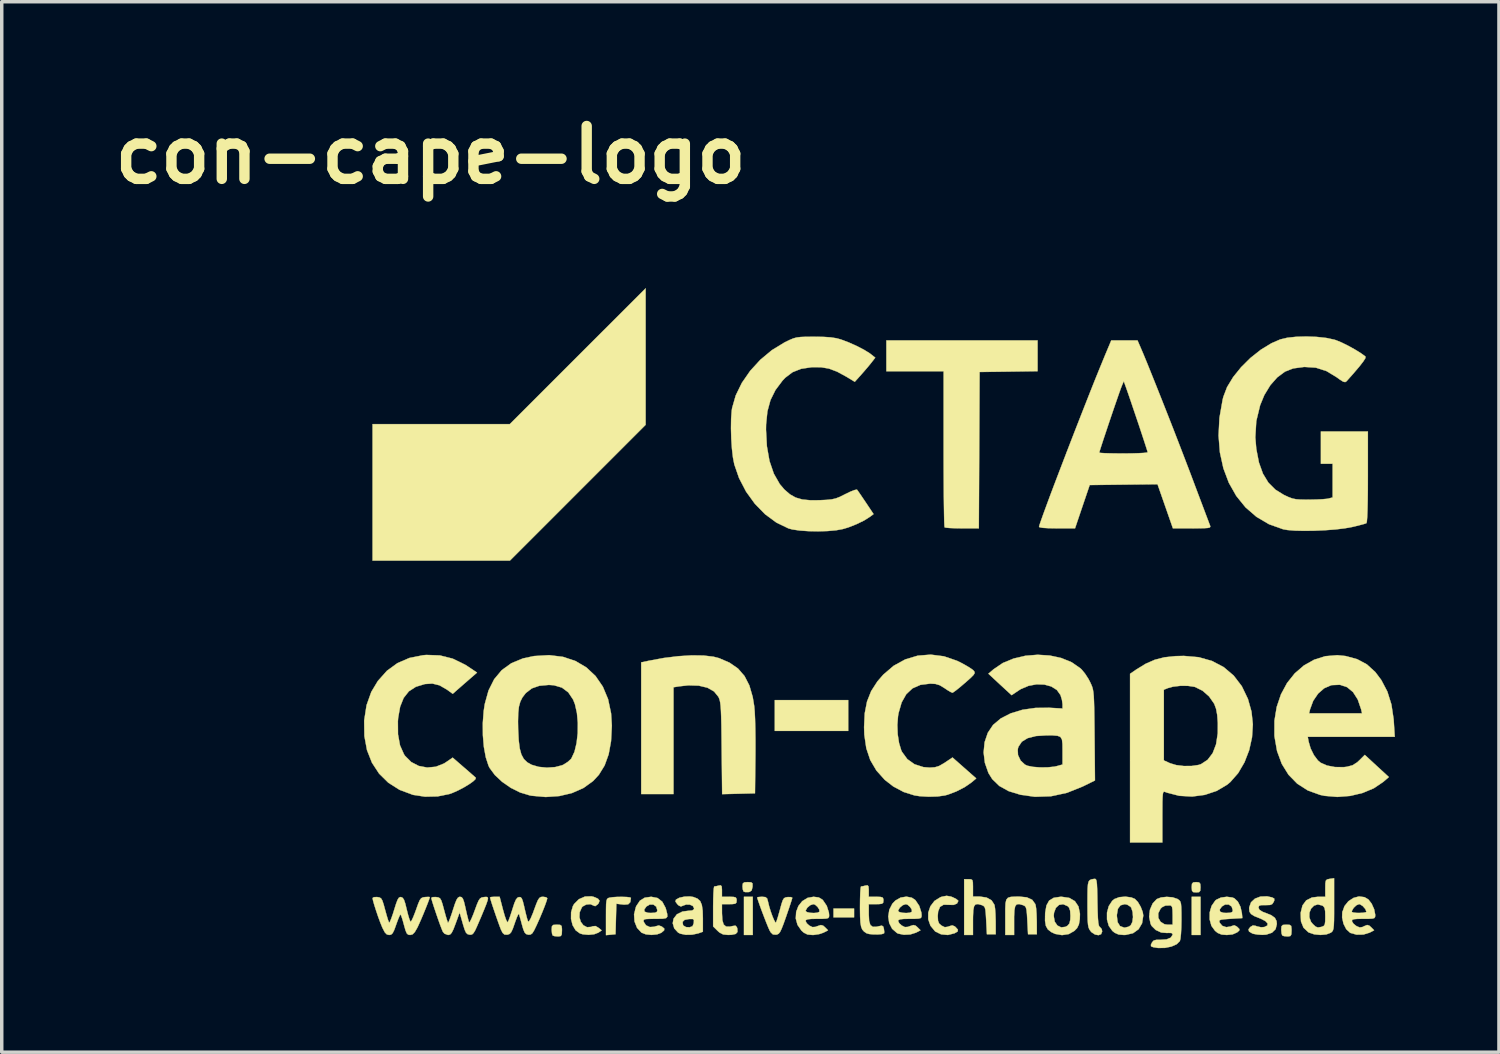
<source format=kicad_pcb>
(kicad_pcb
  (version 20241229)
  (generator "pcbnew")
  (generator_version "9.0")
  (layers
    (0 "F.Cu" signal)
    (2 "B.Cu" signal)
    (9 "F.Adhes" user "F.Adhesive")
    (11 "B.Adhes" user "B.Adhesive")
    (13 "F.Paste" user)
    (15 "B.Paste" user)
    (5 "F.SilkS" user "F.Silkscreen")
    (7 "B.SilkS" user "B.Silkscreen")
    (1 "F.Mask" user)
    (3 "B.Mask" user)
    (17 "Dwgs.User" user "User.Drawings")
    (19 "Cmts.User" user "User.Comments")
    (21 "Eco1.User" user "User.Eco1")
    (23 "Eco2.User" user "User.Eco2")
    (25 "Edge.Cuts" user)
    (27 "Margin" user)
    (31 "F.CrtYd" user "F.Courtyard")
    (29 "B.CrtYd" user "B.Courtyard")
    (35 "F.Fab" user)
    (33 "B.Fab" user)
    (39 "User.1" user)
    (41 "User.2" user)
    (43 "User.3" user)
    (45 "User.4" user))
  (footprint "con-cape-logo"
    (layer "F.Cu")
    (at 22.299 14.768)
    (property "Reference" "con-cape-logo" (at -12.93 -13.35 0) (layer "F.SilkS") (effects (font (size 1.524 1.524) (thickness 0.3))))
    (attr through_hole)
    (fp_poly (pts (xy -3.641 9.144) (xy -3.895 9.144) (xy -3.895 8.043) (xy -3.641 8.043) (xy -3.641 9.144)) (stroke (width 0.01) (type solid)) (fill yes) (layer "F.SilkS"))
    (fp_poly (pts (xy -0.889 3.26) (xy -3.006 3.26) (xy -3.006 2.371) (xy -0.889 2.371) (xy -0.889 3.26)) (stroke (width 0.01) (type solid)) (fill yes) (layer "F.SilkS"))
    (fp_poly (pts (xy -0.72 8.636) (xy -1.312 8.636) (xy -1.312 8.382) (xy -0.72 8.382) (xy -0.72 8.636)) (stroke (width 0.01) (type solid)) (fill yes) (layer "F.SilkS"))
    (fp_poly (pts (xy 9.271 9.144) (xy 9.017 9.144) (xy 9.017 8.043) (xy 9.271 8.043) (xy 9.271 9.144)) (stroke (width 0.01) (type solid)) (fill yes) (layer "F.SilkS"))
    (fp_poly (pts (xy -6.731 -7.535) (xy -6.731 -5.567) (xy -10.646 -1.651) (xy -14.605 -1.651) (xy -14.605 -5.588) (xy -10.647 -5.588) (xy -8.689 -7.546) (xy -6.731 -9.503) (xy -6.731 -7.535)) (stroke (width 0.01) (type solid)) (fill yes) (layer "F.SilkS"))
    (fp_poly (pts (xy 9.229 7.628) (xy 9.264 7.67) (xy 9.271 7.768) (xy 9.264 7.868) (xy 9.228 7.909) (xy 9.144 7.916) (xy 9.059 7.908) (xy 9.024 7.866) (xy 9.017 7.768) (xy 9.024 7.669) (xy 9.06 7.628) (xy 9.144 7.62) (xy 9.229 7.628)) (stroke (width 0.01) (type solid)) (fill yes) (layer "F.SilkS"))
    (fp_poly (pts (xy -3.686 7.626) (xy -3.648 7.658) (xy -3.647 7.741) (xy -3.649 7.758) (xy -3.672 7.857) (xy -3.728 7.9) (xy -3.769 7.908) (xy -3.862 7.907) (xy -3.907 7.89) (xy -3.929 7.829) (xy -3.937 7.74) (xy -3.928 7.66) (xy -3.885 7.626) (xy -3.786 7.62) (xy -3.686 7.626)) (stroke (width 0.01) (type solid)) (fill yes) (layer "F.SilkS"))
    (fp_poly (pts (xy -9.197 8.853) (xy -9.155 8.884) (xy -9.144 8.967) (xy -9.144 9.017) (xy -9.149 9.126) (xy -9.176 9.174) (xy -9.242 9.186) (xy -9.264 9.186) (xy -9.361 9.177) (xy -9.412 9.158) (xy -9.431 9.1) (xy -9.44 8.997) (xy -9.44 8.989) (xy -9.433 8.894) (xy -9.395 8.855) (xy -9.299 8.848) (xy -9.292 8.848) (xy -9.197 8.853)) (stroke (width 0.01) (type solid)) (fill yes) (layer "F.SilkS"))
    (fp_poly (pts (xy 11.842 8.853) (xy 11.885 8.884) (xy 11.895 8.967) (xy 11.896 9.017) (xy 11.89 9.126) (xy 11.863 9.174) (xy 11.797 9.186) (xy 11.776 9.186) (xy 11.679 9.177) (xy 11.628 9.158) (xy 11.608 9.1) (xy 11.599 8.997) (xy 11.599 8.989) (xy 11.606 8.894) (xy 11.645 8.855) (xy 11.74 8.848) (xy 11.748 8.848) (xy 11.842 8.853)) (stroke (width 0.01) (type solid)) (fill yes) (layer "F.SilkS"))
    (fp_poly (pts (xy -7.278 8.049) (xy -7.185 8.06) (xy -7.155 8.075) (xy -7.173 8.198) (xy -7.233 8.259) (xy -7.35 8.269) (xy -7.389 8.265) (xy -7.575 8.244) (xy -7.587 8.684) (xy -7.599 9.123) (xy -7.736 9.136) (xy -7.874 9.149) (xy -7.874 8.622) (xy -7.873 8.403) (xy -7.87 8.254) (xy -7.86 8.161) (xy -7.843 8.109) (xy -7.815 8.083) (xy -7.779 8.07) (xy -7.683 8.055) (xy -7.551 8.046) (xy -7.408 8.045) (xy -7.278 8.049)) (stroke (width 0.01) (type solid)) (fill yes) (layer "F.SilkS"))
    (fp_poly (pts (xy 4.572 -7.114) (xy 3.736 -7.102) (xy 2.9 -7.091) (xy 2.889 -4.837) (xy 2.878 -2.582) (xy 2.399 -2.582) (xy 2.205 -2.585) (xy 2.044 -2.591) (xy 1.933 -2.601) (xy 1.891 -2.611) (xy 1.886 -2.657) (xy 1.88 -2.78) (xy 1.876 -2.972) (xy 1.872 -3.225) (xy 1.868 -3.531) (xy 1.866 -3.882) (xy 1.864 -4.27) (xy 1.863 -4.687) (xy 1.863 -4.875) (xy 1.863 -7.112) (xy 0.212 -7.112) (xy 0.212 -8.001) (xy 4.572 -8.001) (xy 4.572 -7.114)) (stroke (width 0.01) (type solid)) (fill yes) (layer "F.SilkS"))
    (fp_poly (pts (xy 4.261 8.059) (xy 4.416 8.129) (xy 4.504 8.25) (xy 4.516 8.287) (xy 4.531 8.383) (xy 4.542 8.535) (xy 4.548 8.715) (xy 4.549 8.763) (xy 4.551 9.123) (xy 4.297 9.123) (xy 4.276 8.722) (xy 4.265 8.535) (xy 4.252 8.415) (xy 4.232 8.345) (xy 4.201 8.307) (xy 4.151 8.284) (xy 4.143 8.281) (xy 4.04 8.253) (xy 3.97 8.262) (xy 3.926 8.317) (xy 3.904 8.431) (xy 3.895 8.614) (xy 3.895 8.719) (xy 3.895 9.144) (xy 3.641 9.144) (xy 3.641 8.618) (xy 3.641 8.387) (xy 3.648 8.228) (xy 3.671 8.127) (xy 3.719 8.071) (xy 3.802 8.046) (xy 3.927 8.039) (xy 4.039 8.037) (xy 4.261 8.059)) (stroke (width 0.01) (type solid)) (fill yes) (layer "F.SilkS"))
    (fp_poly (pts (xy 2.653 7.539) (xy 2.691 7.562) (xy 2.706 7.626) (xy 2.709 7.751) (xy 2.709 7.786) (xy 2.709 8.036) (xy 2.902 8.036) (xy 3.101 8.065) (xy 3.246 8.146) (xy 3.328 8.275) (xy 3.331 8.287) (xy 3.346 8.383) (xy 3.357 8.535) (xy 3.363 8.715) (xy 3.364 8.763) (xy 3.365 9.123) (xy 3.111 9.123) (xy 3.09 8.722) (xy 3.079 8.535) (xy 3.067 8.415) (xy 3.047 8.345) (xy 3.015 8.307) (xy 2.966 8.284) (xy 2.958 8.281) (xy 2.855 8.253) (xy 2.784 8.262) (xy 2.741 8.317) (xy 2.718 8.431) (xy 2.71 8.614) (xy 2.709 8.719) (xy 2.709 9.144) (xy 2.455 9.144) (xy 2.455 7.535) (xy 2.582 7.535) (xy 2.653 7.539)) (stroke (width 0.01) (type solid)) (fill yes) (layer "F.SilkS"))
    (fp_poly (pts (xy -8.228 8.045) (xy -8.104 8.099) (xy -8.059 8.158) (xy -8.088 8.231) (xy -8.11 8.259) (xy -8.184 8.313) (xy -8.229 8.298) (xy -8.323 8.256) (xy -8.441 8.266) (xy -8.545 8.321) (xy -8.57 8.349) (xy -8.633 8.49) (xy -8.64 8.634) (xy -8.601 8.765) (xy -8.525 8.865) (xy -8.421 8.92) (xy -8.299 8.911) (xy -8.262 8.894) (xy -8.176 8.886) (xy -8.095 8.933) (xy -7.999 9.011) (xy -8.094 9.077) (xy -8.214 9.123) (xy -8.375 9.14) (xy -8.54 9.125) (xy -8.625 9.1) (xy -8.75 9.008) (xy -8.837 8.861) (xy -8.882 8.68) (xy -8.88 8.489) (xy -8.828 8.311) (xy -8.793 8.251) (xy -8.655 8.113) (xy -8.479 8.036) (xy -8.291 8.03) (xy -8.228 8.045)) (stroke (width 0.01) (type solid)) (fill yes) (layer "F.SilkS"))
    (fp_poly (pts (xy 6.256 7.542) (xy 6.272 7.587) (xy 6.283 7.673) (xy 6.29 7.811) (xy 6.295 8.014) (xy 6.298 8.204) (xy 6.304 8.469) (xy 6.312 8.661) (xy 6.323 8.79) (xy 6.338 8.869) (xy 6.359 8.909) (xy 6.372 8.917) (xy 6.421 8.974) (xy 6.435 9.043) (xy 6.404 9.121) (xy 6.328 9.15) (xy 6.228 9.131) (xy 6.129 9.066) (xy 6.099 9.032) (xy 6.066 8.984) (xy 6.042 8.926) (xy 6.027 8.846) (xy 6.017 8.727) (xy 6.013 8.557) (xy 6.011 8.319) (xy 6.011 8.248) (xy 6.012 7.992) (xy 6.015 7.807) (xy 6.025 7.683) (xy 6.044 7.605) (xy 6.077 7.562) (xy 6.126 7.54) (xy 6.194 7.528) (xy 6.202 7.527) (xy 6.233 7.526) (xy 6.256 7.542)) (stroke (width 0.01) (type solid)) (fill yes) (layer "F.SilkS"))
    (fp_poly (pts (xy 2.072 8.036) (xy 2.129 8.058) (xy 2.228 8.108) (xy 2.282 8.153) (xy 2.286 8.163) (xy 2.249 8.237) (xy 2.152 8.277) (xy 2.017 8.275) (xy 2.012 8.274) (xy 1.86 8.272) (xy 1.758 8.335) (xy 1.704 8.466) (xy 1.693 8.599) (xy 1.701 8.733) (xy 1.732 8.813) (xy 1.798 8.872) (xy 1.801 8.874) (xy 1.897 8.92) (xy 1.987 8.907) (xy 2.018 8.894) (xy 2.111 8.867) (xy 2.183 8.896) (xy 2.207 8.916) (xy 2.274 8.991) (xy 2.267 9.043) (xy 2.181 9.094) (xy 2.178 9.095) (xy 1.986 9.144) (xy 1.792 9.126) (xy 1.626 9.046) (xy 1.615 9.037) (xy 1.483 8.877) (xy 1.419 8.692) (xy 1.42 8.499) (xy 1.481 8.317) (xy 1.598 8.163) (xy 1.769 8.056) (xy 1.815 8.04) (xy 1.949 8.015) (xy 2.072 8.036)) (stroke (width 0.01) (type solid)) (fill yes) (layer "F.SilkS"))
    (fp_poly (pts (xy -5.059 1.086) (xy -4.773 1.12) (xy -4.614 1.161) (xy -4.309 1.293) (xy -4.066 1.462) (xy -3.879 1.677) (xy -3.74 1.947) (xy -3.643 2.281) (xy -3.599 2.547) (xy -3.586 2.697) (xy -3.575 2.916) (xy -3.568 3.188) (xy -3.564 3.498) (xy -3.564 3.829) (xy -3.565 3.979) (xy -3.577 5.059) (xy -4.524 5.083) (xy -4.538 3.758) (xy -4.542 3.385) (xy -4.546 3.086) (xy -4.552 2.852) (xy -4.559 2.673) (xy -4.568 2.539) (xy -4.58 2.442) (xy -4.595 2.37) (xy -4.615 2.313) (xy -4.633 2.275) (xy -4.759 2.121) (xy -4.95 2.013) (xy -5.199 1.954) (xy -5.499 1.945) (xy -5.768 1.975) (xy -5.927 2.001) (xy -5.927 5.08) (xy -6.858 5.08) (xy -6.858 1.283) (xy -6.636 1.236) (xy -6.204 1.156) (xy -5.788 1.105) (xy -5.402 1.081) (xy -5.059 1.086)) (stroke (width 0.01) (type solid)) (fill yes) (layer "F.SilkS"))
    (fp_poly (pts (xy -4.537 7.744) (xy -4.53 7.836) (xy -4.53 7.869) (xy -4.53 8.043) (xy -4.318 8.043) (xy -4.192 8.047) (xy -4.13 8.064) (xy -4.108 8.107) (xy -4.106 8.149) (xy -4.113 8.212) (xy -4.148 8.243) (xy -4.233 8.254) (xy -4.318 8.255) (xy -4.53 8.255) (xy -4.529 8.52) (xy -4.518 8.718) (xy -4.481 8.842) (xy -4.411 8.901) (xy -4.3 8.904) (xy -4.226 8.887) (xy -4.141 8.875) (xy -4.1 8.918) (xy -4.086 8.964) (xy -4.082 9.057) (xy -4.133 9.114) (xy -4.249 9.139) (xy -4.353 9.143) (xy -4.495 9.129) (xy -4.603 9.072) (xy -4.66 9.02) (xy -4.784 8.897) (xy -4.784 8.322) (xy -4.781 8.112) (xy -4.775 7.937) (xy -4.766 7.811) (xy -4.755 7.75) (xy -4.752 7.746) (xy -4.689 7.736) (xy -4.625 7.72) (xy -4.565 7.712) (xy -4.537 7.744)) (stroke (width 0.01) (type solid)) (fill yes) (layer "F.SilkS"))
    (fp_poly (pts (xy 5.486 8.075) (xy 5.648 8.169) (xy 5.751 8.322) (xy 5.794 8.533) (xy 5.789 8.687) (xy 5.764 8.838) (xy 5.713 8.943) (xy 5.635 9.025) (xy 5.472 9.118) (xy 5.278 9.148) (xy 5.078 9.113) (xy 4.965 9.06) (xy 4.868 8.983) (xy 4.811 8.881) (xy 4.787 8.737) (xy 4.789 8.603) (xy 5.038 8.603) (xy 5.067 8.761) (xy 5.144 8.872) (xy 5.253 8.925) (xy 5.379 8.909) (xy 5.44 8.874) (xy 5.491 8.811) (xy 5.515 8.706) (xy 5.52 8.594) (xy 5.511 8.444) (xy 5.479 8.354) (xy 5.44 8.313) (xy 5.309 8.257) (xy 5.192 8.276) (xy 5.1 8.362) (xy 5.046 8.504) (xy 5.038 8.603) (xy 4.789 8.603) (xy 4.79 8.532) (xy 4.792 8.501) (xy 4.828 8.293) (xy 4.905 8.153) (xy 5.035 8.073) (xy 5.225 8.044) (xy 5.267 8.043) (xy 5.486 8.075)) (stroke (width 0.01) (type solid)) (fill yes) (layer "F.SilkS"))
    (fp_poly (pts (xy 7.276 8.062) (xy 7.38 8.106) (xy 7.466 8.196) (xy 7.547 8.334) (xy 7.604 8.483) (xy 7.62 8.584) (xy 7.585 8.808) (xy 7.484 8.979) (xy 7.325 9.093) (xy 7.113 9.142) (xy 7.06 9.144) (xy 6.909 9.131) (xy 6.797 9.081) (xy 6.73 9.028) (xy 6.625 8.881) (xy 6.574 8.697) (xy 6.574 8.594) (xy 6.858 8.594) (xy 6.88 8.775) (xy 6.949 8.887) (xy 7.065 8.931) (xy 7.091 8.932) (xy 7.199 8.905) (xy 7.257 8.866) (xy 7.305 8.77) (xy 7.324 8.63) (xy 7.313 8.482) (xy 7.274 8.361) (xy 7.254 8.332) (xy 7.16 8.271) (xy 7.087 8.255) (xy 6.964 8.289) (xy 6.888 8.39) (xy 6.859 8.562) (xy 6.858 8.594) (xy 6.574 8.594) (xy 6.574 8.5) (xy 6.625 8.312) (xy 6.724 8.16) (xy 6.789 8.107) (xy 6.929 8.054) (xy 7.105 8.039) (xy 7.276 8.062)) (stroke (width 0.01) (type solid)) (fill yes) (layer "F.SilkS"))
    (fp_poly (pts (xy -0.304 7.744) (xy -0.296 7.836) (xy -0.296 7.869) (xy -0.296 8.043) (xy -0.085 8.043) (xy 0.041 8.047) (xy 0.104 8.064) (xy 0.125 8.107) (xy 0.127 8.149) (xy 0.12 8.212) (xy 0.085 8.243) (xy 0.00028 8.254) (xy -0.085 8.255) (xy -0.296 8.255) (xy -0.296 8.55) (xy -0.286 8.74) (xy -0.25 8.857) (xy -0.18 8.91) (xy -0.069 8.907) (xy -0.01 8.893) (xy 0.081 8.875) (xy 0.122 8.902) (xy 0.14 8.968) (xy 0.151 9.057) (xy 0.145 9.097) (xy 0.082 9.119) (xy -0.033 9.129) (xy -0.167 9.128) (xy -0.287 9.116) (xy -0.36 9.095) (xy -0.432 9.046) (xy -0.483 8.988) (xy -0.516 8.907) (xy -0.536 8.788) (xy -0.546 8.617) (xy -0.549 8.378) (xy -0.549 8.329) (xy -0.547 8.118) (xy -0.542 7.941) (xy -0.533 7.813) (xy -0.522 7.75) (xy -0.519 7.746) (xy -0.456 7.736) (xy -0.392 7.72) (xy -0.331 7.712) (xy -0.304 7.744)) (stroke (width 0.01) (type solid)) (fill yes) (layer "F.SilkS"))
    (fp_poly (pts (xy -3.274 8.052) (xy -3.226 8.093) (xy -3.199 8.193) (xy -3.198 8.199) (xy -3.167 8.325) (xy -3.123 8.467) (xy -3.074 8.604) (xy -3.026 8.716) (xy -2.989 8.78) (xy -2.974 8.787) (xy -2.953 8.738) (xy -2.917 8.627) (xy -2.874 8.475) (xy -2.857 8.414) (xy -2.811 8.245) (xy -2.775 8.14) (xy -2.739 8.084) (xy -2.691 8.06) (xy -2.631 8.051) (xy -2.541 8.052) (xy -2.501 8.07) (xy -2.501 8.072) (xy -2.515 8.123) (xy -2.552 8.238) (xy -2.606 8.4) (xy -2.672 8.592) (xy -2.68 8.615) (xy -2.755 8.826) (xy -2.811 8.969) (xy -2.855 9.059) (xy -2.895 9.108) (xy -2.939 9.13) (xy -2.971 9.136) (xy -3.06 9.129) (xy -3.124 9.068) (xy -3.155 9.015) (xy -3.191 8.934) (xy -3.245 8.803) (xy -3.308 8.641) (xy -3.374 8.468) (xy -3.434 8.304) (xy -3.482 8.168) (xy -3.51 8.082) (xy -3.514 8.062) (xy -3.476 8.05) (xy -3.385 8.043) (xy -3.37 8.043) (xy -3.274 8.052)) (stroke (width 0.01) (type solid)) (fill yes) (layer "F.SilkS"))
    (fp_poly (pts (xy 11.334 8.061) (xy 11.397 8.094) (xy 11.397 8.152) (xy 11.381 8.19) (xy 11.34 8.252) (xy 11.273 8.279) (xy 11.154 8.283) (xy 11.139 8.283) (xy 11.018 8.284) (xy 10.96 8.303) (xy 10.943 8.348) (xy 10.943 8.357) (xy 10.972 8.421) (xy 11.066 8.478) (xy 11.139 8.505) (xy 11.312 8.575) (xy 11.415 8.65) (xy 11.463 8.742) (xy 11.472 8.829) (xy 11.436 8.976) (xy 11.331 9.079) (xy 11.166 9.134) (xy 11.054 9.141) (xy 10.914 9.132) (xy 10.796 9.111) (xy 10.768 9.102) (xy 10.67 9.045) (xy 10.655 8.981) (xy 10.706 8.915) (xy 10.781 8.869) (xy 10.864 8.882) (xy 10.892 8.894) (xy 11.016 8.922) (xy 11.112 8.915) (xy 11.198 8.872) (xy 11.207 8.813) (xy 11.144 8.745) (xy 11.012 8.676) (xy 10.986 8.666) (xy 10.823 8.6) (xy 10.727 8.54) (xy 10.682 8.471) (xy 10.674 8.378) (xy 10.676 8.347) (xy 10.727 8.203) (xy 10.84 8.097) (xy 10.999 8.037) (xy 11.19 8.03) (xy 11.334 8.061)) (stroke (width 0.01) (type solid)) (fill yes) (layer "F.SilkS"))
    (fp_poly (pts (xy 10.19 8.064) (xy 10.247 8.087) (xy 10.347 8.182) (xy 10.423 8.333) (xy 10.463 8.51) (xy 10.477 8.657) (xy 10.134 8.678) (xy 9.965 8.69) (xy 9.865 8.703) (xy 9.82 8.722) (xy 9.813 8.755) (xy 9.825 8.793) (xy 9.898 8.881) (xy 10.013 8.919) (xy 10.14 8.9) (xy 10.16 8.89) (xy 10.243 8.864) (xy 10.317 8.901) (xy 10.336 8.917) (xy 10.393 8.975) (xy 10.388 9.016) (xy 10.328 9.069) (xy 10.196 9.127) (xy 10.029 9.144) (xy 9.878 9.132) (xy 9.767 9.086) (xy 9.691 9.026) (xy 9.585 8.88) (xy 9.534 8.694) (xy 9.536 8.494) (xy 9.559 8.412) (xy 9.823 8.412) (xy 9.836 8.473) (xy 9.929 8.505) (xy 10.012 8.509) (xy 10.132 8.503) (xy 10.189 8.478) (xy 10.202 8.433) (xy 10.169 8.326) (xy 10.087 8.267) (xy 9.981 8.266) (xy 9.888 8.322) (xy 9.823 8.412) (xy 9.559 8.412) (xy 9.59 8.306) (xy 9.695 8.154) (xy 9.724 8.129) (xy 9.859 8.066) (xy 10.029 8.043) (xy 10.19 8.064)) (stroke (width 0.01) (type solid)) (fill yes) (layer "F.SilkS"))
    (fp_poly (pts (xy -5.354 8.049) (xy -5.237 8.095) (xy -5.158 8.166) (xy -5.11 8.278) (xy -5.086 8.445) (xy -5.08 8.662) (xy -5.08 9.051) (xy -5.213 9.098) (xy -5.391 9.136) (xy -5.575 9.139) (xy -5.731 9.107) (xy -5.793 9.076) (xy -5.905 8.955) (xy -5.949 8.806) (xy -5.944 8.779) (xy -5.666 8.779) (xy -5.649 8.868) (xy -5.566 8.917) (xy -5.461 8.922) (xy -5.378 8.892) (xy -5.344 8.807) (xy -5.342 8.792) (xy -5.339 8.715) (xy -5.369 8.684) (xy -5.456 8.684) (xy -5.489 8.686) (xy -5.607 8.709) (xy -5.66 8.76) (xy -5.666 8.779) (xy -5.944 8.779) (xy -5.926 8.676) (xy -5.828 8.547) (xy -5.669 8.469) (xy -5.501 8.447) (xy -5.388 8.437) (xy -5.34 8.404) (xy -5.334 8.372) (xy -5.37 8.307) (xy -5.457 8.269) (xy -5.564 8.267) (xy -5.642 8.295) (xy -5.714 8.323) (xy -5.778 8.293) (xy -5.814 8.259) (xy -5.871 8.182) (xy -5.857 8.127) (xy -5.856 8.125) (xy -5.758 8.071) (xy -5.612 8.039) (xy -5.455 8.033) (xy -5.354 8.049)) (stroke (width 0.01) (type solid)) (fill yes) (layer "F.SilkS"))
    (fp_poly (pts (xy -6.388 8.078) (xy -6.251 8.184) (xy -6.156 8.361) (xy -6.142 8.408) (xy -6.109 8.536) (xy -6.104 8.615) (xy -6.141 8.658) (xy -6.233 8.675) (xy -6.392 8.678) (xy -6.452 8.678) (xy -6.625 8.68) (xy -6.728 8.686) (xy -6.779 8.702) (xy -6.791 8.731) (xy -6.785 8.767) (xy -6.72 8.866) (xy -6.609 8.916) (xy -6.479 8.907) (xy -6.455 8.897) (xy -6.35 8.87) (xy -6.264 8.901) (xy -6.193 8.959) (xy -6.198 9.012) (xy -6.275 9.078) (xy -6.398 9.126) (xy -6.561 9.142) (xy -6.724 9.126) (xy -6.848 9.078) (xy -6.849 9.078) (xy -6.978 8.939) (xy -7.051 8.755) (xy -7.064 8.548) (xy -7.03 8.412) (xy -6.772 8.412) (xy -6.758 8.473) (xy -6.665 8.505) (xy -6.583 8.509) (xy -6.462 8.503) (xy -6.406 8.478) (xy -6.392 8.433) (xy -6.426 8.326) (xy -6.508 8.267) (xy -6.613 8.266) (xy -6.707 8.322) (xy -6.772 8.412) (xy -7.03 8.412) (xy -7.012 8.339) (xy -7.001 8.313) (xy -6.896 8.155) (xy -6.757 8.069) (xy -6.571 8.043) (xy -6.388 8.078)) (stroke (width 0.01) (type solid)) (fill yes) (layer "F.SilkS"))
    (fp_poly (pts (xy 13.123 8.26) (xy 13.123 8.529) (xy 13.121 8.727) (xy 13.115 8.865) (xy 13.105 8.956) (xy 13.089 9.013) (xy 13.065 9.049) (xy 13.032 9.076) (xy 13.029 9.078) (xy 12.901 9.128) (xy 12.73 9.143) (xy 12.551 9.126) (xy 12.399 9.075) (xy 12.379 9.064) (xy 12.241 8.934) (xy 12.168 8.752) (xy 12.163 8.634) (xy 12.408 8.634) (xy 12.457 8.765) (xy 12.508 8.828) (xy 12.589 8.903) (xy 12.655 8.928) (xy 12.744 8.914) (xy 12.774 8.906) (xy 12.826 8.883) (xy 12.855 8.838) (xy 12.867 8.748) (xy 12.869 8.611) (xy 12.865 8.459) (xy 12.849 8.368) (xy 12.814 8.317) (xy 12.781 8.295) (xy 12.653 8.263) (xy 12.544 8.298) (xy 12.46 8.383) (xy 12.412 8.501) (xy 12.408 8.634) (xy 12.163 8.634) (xy 12.159 8.514) (xy 12.16 8.5) (xy 12.212 8.292) (xy 12.32 8.146) (xy 12.484 8.064) (xy 12.658 8.043) (xy 12.869 8.043) (xy 12.869 7.794) (xy 12.871 7.655) (xy 12.885 7.578) (xy 12.919 7.543) (xy 12.986 7.528) (xy 12.996 7.526) (xy 13.123 7.508) (xy 13.123 8.26)) (stroke (width 0.01) (type solid)) (fill yes) (layer "F.SilkS"))
    (fp_poly (pts (xy 0.947 8.07) (xy 1.048 8.139) (xy 1.16 8.305) (xy 1.221 8.498) (xy 1.228 8.575) (xy 1.224 8.626) (xy 1.2 8.657) (xy 1.14 8.672) (xy 1.027 8.678) (xy 0.889 8.678) (xy 0.715 8.681) (xy 0.61 8.692) (xy 0.56 8.714) (xy 0.55 8.741) (xy 0.583 8.807) (xy 0.656 8.873) (xy 0.746 8.917) (xy 0.833 8.911) (xy 0.892 8.889) (xy 0.989 8.858) (xy 1.055 8.875) (xy 1.109 8.922) (xy 1.196 9.009) (xy 1.066 9.077) (xy 0.9 9.129) (xy 0.715 9.138) (xy 0.551 9.104) (xy 0.518 9.088) (xy 0.378 8.966) (xy 0.293 8.8) (xy 0.266 8.61) (xy 0.291 8.452) (xy 0.55 8.452) (xy 0.587 8.484) (xy 0.677 8.505) (xy 0.787 8.511) (xy 0.888 8.502) (xy 0.947 8.476) (xy 0.948 8.474) (xy 0.944 8.412) (xy 0.894 8.334) (xy 0.824 8.272) (xy 0.774 8.255) (xy 0.684 8.285) (xy 0.599 8.356) (xy 0.552 8.437) (xy 0.55 8.452) (xy 0.291 8.452) (xy 0.296 8.417) (xy 0.385 8.242) (xy 0.472 8.151) (xy 0.623 8.066) (xy 0.79 8.039) (xy 0.947 8.07)) (stroke (width 0.01) (type solid)) (fill yes) (layer "F.SilkS"))
    (fp_poly (pts (xy -1.738 8.062) (xy -1.633 8.125) (xy -1.619 8.139) (xy -1.507 8.305) (xy -1.446 8.498) (xy -1.439 8.575) (xy -1.443 8.626) (xy -1.467 8.657) (xy -1.527 8.672) (xy -1.64 8.678) (xy -1.778 8.678) (xy -1.952 8.681) (xy -2.057 8.692) (xy -2.107 8.714) (xy -2.117 8.741) (xy -2.084 8.807) (xy -2.011 8.873) (xy -1.921 8.917) (xy -1.834 8.911) (xy -1.775 8.889) (xy -1.678 8.858) (xy -1.612 8.875) (xy -1.558 8.922) (xy -1.471 9.009) (xy -1.601 9.077) (xy -1.729 9.12) (xy -1.883 9.143) (xy -1.921 9.144) (xy -2.063 9.131) (xy -2.169 9.078) (xy -2.237 9.018) (xy -2.351 8.853) (xy -2.401 8.669) (xy -2.39 8.483) (xy -2.379 8.452) (xy -2.117 8.452) (xy -2.08 8.484) (xy -1.99 8.505) (xy -1.88 8.511) (xy -1.779 8.502) (xy -1.72 8.476) (xy -1.719 8.474) (xy -1.723 8.412) (xy -1.773 8.334) (xy -1.843 8.272) (xy -1.893 8.255) (xy -1.983 8.285) (xy -2.068 8.356) (xy -2.115 8.437) (xy -2.117 8.452) (xy -2.379 8.452) (xy -2.326 8.31) (xy -2.214 8.169) (xy -2.06 8.074) (xy -1.888 8.043) (xy -1.738 8.062)) (stroke (width 0.01) (type solid)) (fill yes) (layer "F.SilkS"))
    (fp_poly (pts (xy 14 8.054) (xy 14.113 8.121) (xy 14.206 8.242) (xy 14.278 8.403) (xy 14.309 8.561) (xy 14.309 8.571) (xy 14.305 8.624) (xy 14.284 8.656) (xy 14.226 8.672) (xy 14.117 8.678) (xy 13.967 8.678) (xy 13.797 8.68) (xy 13.696 8.689) (xy 13.648 8.707) (xy 13.637 8.739) (xy 13.639 8.751) (xy 13.684 8.823) (xy 13.766 8.887) (xy 13.86 8.927) (xy 13.941 8.915) (xy 13.989 8.891) (xy 14.076 8.856) (xy 14.139 8.875) (xy 14.189 8.92) (xy 14.277 9.009) (xy 14.147 9.077) (xy 13.968 9.132) (xy 13.771 9.135) (xy 13.596 9.086) (xy 13.584 9.08) (xy 13.474 8.978) (xy 13.394 8.821) (xy 13.354 8.639) (xy 13.359 8.492) (xy 13.365 8.476) (xy 13.631 8.476) (xy 13.669 8.495) (xy 13.767 8.507) (xy 13.843 8.509) (xy 13.964 8.503) (xy 14.04 8.488) (xy 14.055 8.476) (xy 14.023 8.395) (xy 13.95 8.311) (xy 13.868 8.259) (xy 13.843 8.255) (xy 13.765 8.288) (xy 13.685 8.364) (xy 13.636 8.45) (xy 13.631 8.476) (xy 13.365 8.476) (xy 13.422 8.313) (xy 13.535 8.172) (xy 13.681 8.076) (xy 13.841 8.033) (xy 14 8.054)) (stroke (width 0.01) (type solid)) (fill yes) (layer "F.SilkS"))
    (fp_poly (pts (xy 8.467 8.059) (xy 8.603 8.104) (xy 8.616 8.112) (xy 8.66 8.144) (xy 8.689 8.182) (xy 8.707 8.244) (xy 8.716 8.344) (xy 8.72 8.498) (xy 8.721 8.707) (xy 8.717 8.924) (xy 8.707 9.111) (xy 8.692 9.25) (xy 8.675 9.32) (xy 8.583 9.411) (xy 8.432 9.478) (xy 8.246 9.516) (xy 8.048 9.519) (xy 7.906 9.496) (xy 7.845 9.471) (xy 7.84 9.427) (xy 7.875 9.355) (xy 7.921 9.304) (xy 8.003 9.283) (xy 8.122 9.283) (xy 8.294 9.271) (xy 8.413 9.221) (xy 8.465 9.14) (xy 8.467 9.122) (xy 8.435 9.087) (xy 8.335 9.084) (xy 8.308 9.087) (xy 8.137 9.073) (xy 7.979 9) (xy 7.862 8.884) (xy 7.831 8.824) (xy 7.79 8.62) (xy 7.801 8.52) (xy 8.051 8.52) (xy 8.055 8.653) (xy 8.119 8.765) (xy 8.233 8.835) (xy 8.321 8.848) (xy 8.467 8.848) (xy 8.467 8.572) (xy 8.463 8.421) (xy 8.45 8.336) (xy 8.421 8.299) (xy 8.393 8.292) (xy 8.256 8.297) (xy 8.163 8.343) (xy 8.117 8.389) (xy 8.051 8.52) (xy 7.801 8.52) (xy 7.813 8.416) (xy 7.891 8.235) (xy 8.01 8.109) (xy 8.134 8.062) (xy 8.298 8.045) (xy 8.467 8.059)) (stroke (width 0.01) (type solid)) (fill yes) (layer "F.SilkS"))
    (fp_poly (pts (xy -12.664 1.083) (xy -12.294 1.176) (xy -11.935 1.351) (xy -11.856 1.402) (xy -11.593 1.578) (xy -11.817 1.773) (xy -11.953 1.891) (xy -12.083 2.005) (xy -12.168 2.079) (xy -12.293 2.19) (xy -12.46 2.069) (xy -12.674 1.945) (xy -12.881 1.894) (xy -13.097 1.908) (xy -13.356 1.987) (xy -13.559 2.118) (xy -13.709 2.308) (xy -13.81 2.56) (xy -13.867 2.88) (xy -13.875 2.981) (xy -13.872 3.358) (xy -13.814 3.676) (xy -13.7 3.933) (xy -13.668 3.98) (xy -13.491 4.157) (xy -13.273 4.27) (xy -13.031 4.316) (xy -12.782 4.293) (xy -12.543 4.198) (xy -12.486 4.161) (xy -12.295 4.03) (xy -11.979 4.304) (xy -11.84 4.424) (xy -11.725 4.525) (xy -11.649 4.592) (xy -11.628 4.611) (xy -11.639 4.652) (xy -11.71 4.719) (xy -11.827 4.801) (xy -11.973 4.889) (xy -12.133 4.973) (xy -12.289 5.043) (xy -12.391 5.08) (xy -12.731 5.148) (xy -13.092 5.156) (xy -13.435 5.104) (xy -13.451 5.099) (xy -13.828 4.958) (xy -14.151 4.753) (xy -14.417 4.491) (xy -14.623 4.176) (xy -14.766 3.813) (xy -14.841 3.407) (xy -14.847 2.964) (xy -14.845 2.945) (xy -14.778 2.517) (xy -14.642 2.135) (xy -14.453 1.82) (xy -14.19 1.525) (xy -13.888 1.305) (xy -13.543 1.156) (xy -13.153 1.078) (xy -13.054 1.069) (xy -12.664 1.083)) (stroke (width 0.01) (type solid)) (fill yes) (layer "F.SilkS"))
    (fp_poly (pts (xy 9.218 1.134) (xy 9.603 1.243) (xy 9.941 1.421) (xy 10.228 1.665) (xy 10.462 1.971) (xy 10.638 2.337) (xy 10.741 2.704) (xy 10.78 3.069) (xy 10.756 3.445) (xy 10.674 3.815) (xy 10.539 4.164) (xy 10.358 4.474) (xy 10.135 4.729) (xy 10.042 4.808) (xy 9.738 4.989) (xy 9.394 5.104) (xy 9.029 5.152) (xy 8.658 5.131) (xy 8.3 5.039) (xy 8.244 5.017) (xy 8.218 5.011) (xy 8.198 5.027) (xy 8.185 5.075) (xy 8.177 5.166) (xy 8.172 5.312) (xy 8.171 5.523) (xy 8.17 5.732) (xy 8.17 6.477) (xy 7.239 6.477) (xy 7.239 2.072) (xy 8.213 2.072) (xy 8.213 4.11) (xy 8.393 4.192) (xy 8.569 4.245) (xy 8.788 4.272) (xy 9.013 4.271) (xy 9.21 4.242) (xy 9.285 4.218) (xy 9.476 4.093) (xy 9.622 3.9) (xy 9.72 3.644) (xy 9.768 3.328) (xy 9.77 3.031) (xy 9.752 2.797) (xy 9.72 2.623) (xy 9.67 2.488) (xy 9.662 2.472) (xy 9.517 2.264) (xy 9.326 2.098) (xy 9.115 1.994) (xy 9.092 1.987) (xy 8.907 1.96) (xy 8.689 1.959) (xy 8.477 1.984) (xy 8.329 2.025) (xy 8.213 2.072) (xy 7.239 2.072) (xy 7.239 1.613) (xy 7.419 1.489) (xy 7.69 1.323) (xy 7.952 1.208) (xy 8.23 1.137) (xy 8.548 1.103) (xy 8.79 1.097) (xy 9.218 1.134)) (stroke (width 0.01) (type solid)) (fill yes) (layer "F.SilkS"))
    (fp_poly (pts (xy 13.454 1.1) (xy 13.787 1.191) (xy 14.069 1.342) (xy 14.311 1.562) (xy 14.485 1.794) (xy 14.659 2.125) (xy 14.776 2.498) (xy 14.84 2.924) (xy 14.846 3.016) (xy 14.872 3.429) (xy 12.363 3.429) (xy 12.388 3.567) (xy 12.446 3.766) (xy 12.541 3.958) (xy 12.657 4.112) (xy 12.732 4.176) (xy 12.917 4.258) (xy 13.15 4.302) (xy 13.404 4.304) (xy 13.489 4.294) (xy 13.654 4.251) (xy 13.79 4.165) (xy 13.851 4.107) (xy 14.008 3.951) (xy 14.355 4.271) (xy 14.702 4.59) (xy 14.54 4.73) (xy 14.269 4.913) (xy 13.944 5.049) (xy 13.587 5.134) (xy 13.216 5.163) (xy 12.851 5.132) (xy 12.721 5.105) (xy 12.366 4.977) (xy 12.061 4.782) (xy 11.809 4.524) (xy 11.614 4.21) (xy 11.478 3.841) (xy 11.405 3.424) (xy 11.402 3.387) (xy 11.403 2.965) (xy 11.438 2.752) (xy 12.402 2.752) (xy 13.929 2.752) (xy 13.902 2.635) (xy 13.805 2.353) (xy 13.669 2.14) (xy 13.496 1.997) (xy 13.29 1.929) (xy 13.056 1.939) (xy 13.037 1.943) (xy 12.838 2.029) (xy 12.661 2.184) (xy 12.52 2.392) (xy 12.43 2.635) (xy 12.402 2.752) (xy 11.438 2.752) (xy 11.468 2.569) (xy 11.591 2.205) (xy 11.766 1.88) (xy 11.988 1.601) (xy 12.25 1.374) (xy 12.546 1.207) (xy 12.87 1.105) (xy 13.216 1.076) (xy 13.454 1.1)) (stroke (width 0.01) (type solid)) (fill yes) (layer "F.SilkS"))
    (fp_poly (pts (xy 1.871 1.108) (xy 2.248 1.237) (xy 2.309 1.266) (xy 2.472 1.352) (xy 2.611 1.434) (xy 2.704 1.499) (xy 2.723 1.516) (xy 2.753 1.555) (xy 2.757 1.594) (xy 2.726 1.645) (xy 2.652 1.721) (xy 2.525 1.835) (xy 2.475 1.878) (xy 2.337 1.996) (xy 2.22 2.09) (xy 2.14 2.147) (xy 2.116 2.159) (xy 2.062 2.136) (xy 1.965 2.078) (xy 1.889 2.026) (xy 1.751 1.942) (xy 1.625 1.904) (xy 1.475 1.896) (xy 1.195 1.931) (xy 0.966 2.032) (xy 0.786 2.2) (xy 0.652 2.437) (xy 0.563 2.744) (xy 0.548 2.833) (xy 0.528 3.087) (xy 0.538 3.356) (xy 0.577 3.609) (xy 0.64 3.817) (xy 0.661 3.862) (xy 0.815 4.073) (xy 1.023 4.221) (xy 1.277 4.303) (xy 1.461 4.318) (xy 1.611 4.308) (xy 1.736 4.269) (xy 1.877 4.188) (xy 1.902 4.172) (xy 2.119 4.026) (xy 2.461 4.328) (xy 2.803 4.63) (xy 2.661 4.749) (xy 2.468 4.882) (xy 2.23 5.004) (xy 1.988 5.096) (xy 1.9 5.12) (xy 1.686 5.15) (xy 1.431 5.157) (xy 1.174 5.142) (xy 1.023 5.119) (xy 0.713 5.022) (xy 0.409 4.86) (xy 0.167 4.672) (xy -0.076 4.401) (xy -0.253 4.1) (xy -0.367 3.76) (xy -0.424 3.369) (xy -0.431 3.15) (xy -0.412 2.752) (xy -0.346 2.412) (xy -0.227 2.112) (xy -0.048 1.834) (xy 0.122 1.638) (xy 0.422 1.381) (xy 0.756 1.198) (xy 1.116 1.09) (xy 1.49 1.06) (xy 1.871 1.108)) (stroke (width 0.01) (type solid)) (fill yes) (layer "F.SilkS"))
    (fp_poly (pts (xy -10.841 8.427) (xy -10.795 8.589) (xy -10.753 8.709) (xy -10.72 8.772) (xy -10.708 8.776) (xy -10.681 8.722) (xy -10.639 8.608) (xy -10.589 8.455) (xy -10.573 8.403) (xy -10.516 8.228) (xy -10.469 8.121) (xy -10.423 8.067) (xy -10.384 8.052) (xy -10.338 8.054) (xy -10.303 8.089) (xy -10.272 8.171) (xy -10.235 8.317) (xy -10.224 8.369) (xy -10.185 8.532) (xy -10.15 8.667) (xy -10.124 8.748) (xy -10.12 8.756) (xy -10.092 8.748) (xy -10.044 8.664) (xy -9.98 8.511) (xy -9.95 8.428) (xy -9.884 8.25) (xy -9.836 8.138) (xy -9.794 8.076) (xy -9.75 8.049) (xy -9.693 8.043) (xy -9.689 8.043) (xy -9.602 8.056) (xy -9.567 8.084) (xy -9.584 8.153) (xy -9.63 8.283) (xy -9.698 8.456) (xy -9.782 8.656) (xy -9.873 8.86) (xy -9.945 9.009) (xy -9.997 9.094) (xy -10.046 9.131) (xy -10.103 9.137) (xy -10.114 9.136) (xy -10.176 9.118) (xy -10.221 9.071) (xy -10.26 8.976) (xy -10.295 8.855) (xy -10.334 8.709) (xy -10.367 8.594) (xy -10.383 8.537) (xy -10.403 8.551) (xy -10.441 8.629) (xy -10.489 8.758) (xy -10.505 8.805) (xy -10.562 8.967) (xy -10.608 9.064) (xy -10.653 9.114) (xy -10.71 9.134) (xy -10.723 9.136) (xy -10.801 9.132) (xy -10.855 9.083) (xy -10.903 8.988) (xy -10.939 8.895) (xy -10.989 8.756) (xy -11.047 8.591) (xy -11.106 8.419) (xy -11.159 8.261) (xy -11.198 8.137) (xy -11.217 8.067) (xy -11.218 8.061) (xy -11.181 8.049) (xy -11.091 8.043) (xy -11.08 8.043) (xy -10.941 8.043) (xy -10.841 8.427)) (stroke (width 0.01) (type solid)) (fill yes) (layer "F.SilkS"))
    (fp_poly (pts (xy -12.037 8.054) (xy -12.002 8.096) (xy -11.969 8.185) (xy -11.932 8.337) (xy -11.92 8.393) (xy -11.883 8.557) (xy -11.849 8.691) (xy -11.826 8.77) (xy -11.821 8.781) (xy -11.797 8.761) (xy -11.754 8.677) (xy -11.698 8.542) (xy -11.661 8.442) (xy -11.596 8.266) (xy -11.548 8.155) (xy -11.505 8.092) (xy -11.458 8.063) (xy -11.395 8.052) (xy -11.389 8.051) (xy -11.33 8.046) (xy -11.293 8.053) (xy -11.277 8.082) (xy -11.287 8.144) (xy -11.323 8.25) (xy -11.387 8.41) (xy -11.481 8.636) (xy -11.505 8.691) (xy -11.589 8.886) (xy -11.649 9.016) (xy -11.696 9.092) (xy -11.737 9.129) (xy -11.781 9.137) (xy -11.807 9.136) (xy -11.866 9.12) (xy -11.91 9.079) (xy -11.949 8.993) (xy -11.995 8.846) (xy -12.005 8.81) (xy -12.094 8.496) (xy -12.212 8.82) (xy -12.275 8.984) (xy -12.324 9.082) (xy -12.369 9.13) (xy -12.421 9.144) (xy -12.429 9.144) (xy -12.53 9.107) (xy -12.577 9.053) (xy -12.609 8.978) (xy -12.658 8.85) (xy -12.716 8.687) (xy -12.777 8.51) (xy -12.834 8.34) (xy -12.88 8.197) (xy -12.907 8.101) (xy -12.912 8.075) (xy -12.875 8.053) (xy -12.786 8.05) (xy -12.774 8.051) (xy -12.707 8.061) (xy -12.661 8.087) (xy -12.625 8.145) (xy -12.589 8.252) (xy -12.544 8.418) (xy -12.5 8.58) (xy -12.461 8.709) (xy -12.436 8.783) (xy -12.43 8.793) (xy -12.41 8.765) (xy -12.372 8.672) (xy -12.322 8.53) (xy -12.29 8.429) (xy -12.23 8.246) (xy -12.184 8.131) (xy -12.143 8.069) (xy -12.1 8.045) (xy -12.083 8.044) (xy -12.037 8.054)) (stroke (width 0.01) (type solid)) (fill yes) (layer "F.SilkS"))
    (fp_poly (pts (xy -9.113 1.124) (xy -8.754 1.244) (xy -8.44 1.429) (xy -8.175 1.677) (xy -7.965 1.983) (xy -7.814 2.343) (xy -7.727 2.753) (xy -7.705 3.109) (xy -7.728 3.554) (xy -7.797 3.934) (xy -7.913 4.255) (xy -8.08 4.526) (xy -8.245 4.704) (xy -8.521 4.904) (xy -8.851 5.05) (xy -9.22 5.138) (xy -9.613 5.165) (xy -10.018 5.129) (xy -10.075 5.118) (xy -10.348 5.036) (xy -10.619 4.901) (xy -10.869 4.728) (xy -11.079 4.531) (xy -11.231 4.325) (xy -11.261 4.264) (xy -11.34 4.022) (xy -11.395 3.721) (xy -11.424 3.383) (xy -11.426 3.03) (xy -11.423 2.99) (xy -10.411 2.99) (xy -10.407 3.22) (xy -10.391 3.528) (xy -10.362 3.764) (xy -10.314 3.94) (xy -10.243 4.07) (xy -10.144 4.166) (xy -10.02 4.236) (xy -9.816 4.296) (xy -9.578 4.319) (xy -9.341 4.303) (xy -9.138 4.25) (xy -9.101 4.233) (xy -8.981 4.157) (xy -8.888 4.074) (xy -8.871 4.052) (xy -8.782 3.86) (xy -8.722 3.61) (xy -8.689 3.325) (xy -8.686 3.028) (xy -8.712 2.742) (xy -8.769 2.489) (xy -8.822 2.356) (xy -8.961 2.148) (xy -9.144 2.011) (xy -9.375 1.943) (xy -9.522 1.933) (xy -9.796 1.958) (xy -10.012 2.033) (xy -10.182 2.164) (xy -10.198 2.182) (xy -10.284 2.294) (xy -10.345 2.416) (xy -10.385 2.561) (xy -10.405 2.747) (xy -10.411 2.99) (xy -11.423 2.99) (xy -11.4 2.685) (xy -11.369 2.483) (xy -11.261 2.094) (xy -11.098 1.769) (xy -10.879 1.507) (xy -10.602 1.307) (xy -10.268 1.169) (xy -9.949 1.101) (xy -9.513 1.075) (xy -9.113 1.124)) (stroke (width 0.01) (type solid)) (fill yes) (layer "F.SilkS"))
    (fp_poly (pts (xy -12.954 8.051) (xy -12.954 8.052) (xy -12.97 8.107) (xy -13.011 8.219) (xy -13.07 8.368) (xy -13.138 8.535) (xy -13.208 8.7) (xy -13.271 8.841) (xy -13.312 8.93) (xy -13.387 9.06) (xy -13.451 9.126) (xy -13.522 9.144) (xy -13.523 9.144) (xy -13.578 9.135) (xy -13.619 9.097) (xy -13.655 9.012) (xy -13.697 8.864) (xy -13.701 8.848) (xy -13.741 8.703) (xy -13.776 8.598) (xy -13.799 8.552) (xy -13.8 8.551) (xy -13.824 8.588) (xy -13.866 8.686) (xy -13.917 8.824) (xy -13.925 8.848) (xy -13.981 9.002) (xy -14.026 9.092) (xy -14.071 9.134) (xy -14.127 9.144) (xy -14.194 9.128) (xy -14.251 9.07) (xy -14.314 8.95) (xy -14.328 8.92) (xy -14.383 8.784) (xy -14.445 8.616) (xy -14.505 8.438) (xy -14.557 8.275) (xy -14.593 8.146) (xy -14.605 8.079) (xy -14.568 8.054) (xy -14.48 8.05) (xy -14.471 8.051) (xy -14.405 8.062) (xy -14.36 8.089) (xy -14.324 8.149) (xy -14.287 8.26) (xy -14.245 8.414) (xy -14.2 8.576) (xy -14.161 8.705) (xy -14.133 8.779) (xy -14.127 8.789) (xy -14.105 8.763) (xy -14.066 8.671) (xy -14.017 8.531) (xy -13.985 8.427) (xy -13.928 8.246) (xy -13.885 8.132) (xy -13.848 8.072) (xy -13.809 8.051) (xy -13.783 8.052) (xy -13.737 8.073) (xy -13.699 8.129) (xy -13.662 8.238) (xy -13.619 8.414) (xy -13.579 8.572) (xy -13.542 8.693) (xy -13.513 8.757) (xy -13.506 8.763) (xy -13.478 8.726) (xy -13.431 8.626) (xy -13.375 8.483) (xy -13.35 8.414) (xy -13.29 8.246) (xy -13.245 8.141) (xy -13.203 8.085) (xy -13.152 8.06) (xy -13.092 8.051) (xy -12.998 8.046) (xy -12.954 8.051)) (stroke (width 0.01) (type solid)) (fill yes) (layer "F.SilkS"))
    (fp_poly (pts (xy 4.924 1.086) (xy 5.256 1.158) (xy 5.555 1.28) (xy 5.804 1.453) (xy 5.844 1.49) (xy 5.942 1.61) (xy 6.042 1.765) (xy 6.092 1.862) (xy 6.123 1.93) (xy 6.148 1.992) (xy 6.167 2.061) (xy 6.181 2.145) (xy 6.192 2.257) (xy 6.199 2.405) (xy 6.205 2.602) (xy 6.209 2.856) (xy 6.213 3.178) (xy 6.215 3.392) (xy 6.227 4.688) (xy 5.876 4.861) (xy 5.418 5.045) (xy 4.958 5.144) (xy 4.495 5.159) (xy 4.08 5.101) (xy 3.74 4.997) (xy 3.469 4.847) (xy 3.265 4.649) (xy 3.155 4.473) (xy 3.053 4.182) (xy 3.016 3.88) (xy 3.025 3.791) (xy 3.999 3.791) (xy 4.008 3.957) (xy 4.082 4.113) (xy 4.206 4.23) (xy 4.276 4.263) (xy 4.436 4.296) (xy 4.643 4.312) (xy 4.862 4.31) (xy 5.058 4.29) (xy 5.133 4.273) (xy 5.292 4.229) (xy 5.292 3.834) (xy 5.29 3.638) (xy 5.276 3.51) (xy 5.233 3.435) (xy 5.148 3.4) (xy 5.006 3.388) (xy 4.834 3.387) (xy 4.523 3.407) (xy 4.285 3.468) (xy 4.118 3.57) (xy 4.02 3.716) (xy 3.999 3.791) (xy 3.025 3.791) (xy 3.045 3.584) (xy 3.137 3.314) (xy 3.288 3.088) (xy 3.511 2.9) (xy 3.798 2.753) (xy 4.137 2.65) (xy 4.516 2.596) (xy 4.917 2.593) (xy 5.292 2.614) (xy 5.292 2.491) (xy 5.275 2.365) (xy 5.234 2.229) (xy 5.232 2.224) (xy 5.128 2.079) (xy 4.968 1.978) (xy 4.767 1.923) (xy 4.543 1.916) (xy 4.312 1.959) (xy 4.089 2.053) (xy 4.026 2.093) (xy 3.823 2.229) (xy 3.488 1.92) (xy 3.154 1.61) (xy 3.302 1.483) (xy 3.568 1.302) (xy 3.88 1.173) (xy 4.22 1.093) (xy 4.573 1.064) (xy 4.924 1.086)) (stroke (width 0.01) (type solid)) (fill yes) (layer "F.SilkS"))
    (fp_poly (pts (xy 12.617 -8.103) (xy 12.894 -8.073) (xy 13.124 -8.024) (xy 13.174 -8.009) (xy 13.335 -7.943) (xy 13.526 -7.849) (xy 13.719 -7.742) (xy 13.89 -7.637) (xy 14.014 -7.547) (xy 14.03 -7.532) (xy 14.024 -7.488) (xy 13.963 -7.392) (xy 13.846 -7.242) (xy 13.671 -7.037) (xy 13.48 -6.822) (xy 13.441 -6.799) (xy 13.383 -6.813) (xy 13.289 -6.872) (xy 13.193 -6.942) (xy 12.902 -7.118) (xy 12.595 -7.216) (xy 12.263 -7.237) (xy 11.943 -7.194) (xy 11.708 -7.102) (xy 11.485 -6.937) (xy 11.283 -6.708) (xy 11.111 -6.426) (xy 10.99 -6.133) (xy 10.879 -5.675) (xy 10.851 -5.206) (xy 10.879 -4.873) (xy 10.955 -4.481) (xy 11.07 -4.16) (xy 11.227 -3.901) (xy 11.431 -3.697) (xy 11.67 -3.549) (xy 11.806 -3.485) (xy 11.916 -3.444) (xy 12.027 -3.421) (xy 12.166 -3.411) (xy 12.358 -3.409) (xy 12.403 -3.409) (xy 12.601 -3.413) (xy 12.779 -3.421) (xy 12.913 -3.433) (xy 12.965 -3.442) (xy 13.081 -3.473) (xy 13.081 -4.445) (xy 12.742 -4.445) (xy 12.742 -5.376) (xy 14.097 -5.376) (xy 14.097 -4.066) (xy 14.096 -3.695) (xy 14.092 -3.374) (xy 14.086 -3.11) (xy 14.078 -2.911) (xy 14.068 -2.783) (xy 14.057 -2.732) (xy 14.056 -2.732) (xy 13.999 -2.711) (xy 13.88 -2.679) (xy 13.721 -2.639) (xy 13.644 -2.621) (xy 13.427 -2.582) (xy 13.161 -2.55) (xy 12.865 -2.528) (xy 12.559 -2.514) (xy 12.263 -2.51) (xy 11.996 -2.516) (xy 11.778 -2.534) (xy 11.653 -2.556) (xy 11.246 -2.701) (xy 10.884 -2.914) (xy 10.568 -3.188) (xy 10.302 -3.517) (xy 10.088 -3.895) (xy 9.93 -4.315) (xy 9.83 -4.771) (xy 9.791 -5.257) (xy 9.817 -5.767) (xy 9.909 -6.293) (xy 9.929 -6.373) (xy 10.036 -6.654) (xy 10.212 -6.944) (xy 10.442 -7.229) (xy 10.711 -7.496) (xy 11.007 -7.731) (xy 11.315 -7.919) (xy 11.57 -8.03) (xy 11.772 -8.078) (xy 12.031 -8.106) (xy 12.321 -8.114) (xy 12.617 -8.103)) (stroke (width 0.01) (type solid)) (fill yes) (layer "F.SilkS"))
    (fp_poly (pts (xy -1.596 -8.103) (xy -1.391 -8.089) (xy -1.23 -8.064) (xy -1.101 -8.029) (xy -0.875 -7.944) (xy -0.643 -7.84) (xy -0.432 -7.731) (xy -0.268 -7.629) (xy -0.234 -7.603) (xy -0.109 -7.504) (xy -0.22 -7.361) (xy -0.311 -7.249) (xy -0.429 -7.111) (xy -0.515 -7.013) (xy -0.699 -6.808) (xy -0.947 -6.958) (xy -1.21 -7.101) (xy -1.445 -7.189) (xy -1.679 -7.229) (xy -1.941 -7.228) (xy -1.954 -7.227) (xy -2.251 -7.182) (xy -2.495 -7.084) (xy -2.704 -6.926) (xy -2.785 -6.84) (xy -2.988 -6.569) (xy -3.131 -6.28) (xy -3.219 -5.956) (xy -3.257 -5.582) (xy -3.26 -5.43) (xy -3.234 -4.949) (xy -3.159 -4.524) (xy -3.034 -4.158) (xy -2.862 -3.857) (xy -2.731 -3.703) (xy -2.571 -3.564) (xy -2.405 -3.47) (xy -2.213 -3.414) (xy -1.976 -3.391) (xy -1.72 -3.393) (xy -1.514 -3.403) (xy -1.365 -3.418) (xy -1.246 -3.445) (xy -1.13 -3.49) (xy -0.988 -3.561) (xy -0.971 -3.57) (xy -0.826 -3.64) (xy -0.71 -3.685) (xy -0.643 -3.699) (xy -0.634 -3.696) (xy -0.599 -3.648) (xy -0.529 -3.546) (xy -0.436 -3.409) (xy -0.381 -3.328) (xy -0.158 -2.993) (xy -0.259 -2.917) (xy -0.428 -2.81) (xy -0.648 -2.703) (xy -0.883 -2.61) (xy -1.043 -2.562) (xy -1.239 -2.526) (xy -1.485 -2.504) (xy -1.757 -2.496) (xy -2.033 -2.501) (xy -2.288 -2.519) (xy -2.499 -2.55) (xy -2.611 -2.58) (xy -2.959 -2.748) (xy -3.285 -2.988) (xy -3.58 -3.29) (xy -3.834 -3.641) (xy -4.037 -4.032) (xy -4.173 -4.424) (xy -4.212 -4.623) (xy -4.242 -4.881) (xy -4.261 -5.171) (xy -4.269 -5.467) (xy -4.265 -5.745) (xy -4.248 -5.977) (xy -4.236 -6.054) (xy -4.132 -6.416) (xy -3.955 -6.778) (xy -3.715 -7.124) (xy -3.424 -7.442) (xy -3.092 -7.719) (xy -2.729 -7.941) (xy -2.712 -7.95) (xy -2.578 -8.015) (xy -2.473 -8.059) (xy -2.373 -8.086) (xy -2.257 -8.1) (xy -2.103 -8.106) (xy -1.887 -8.107) (xy -1.865 -8.107) (xy -1.596 -8.103)) (stroke (width 0.01) (type solid)) (fill yes) (layer "F.SilkS"))
    (fp_poly (pts (xy 7.541 -7.8) (xy 7.623 -7.608) (xy 7.73 -7.349) (xy 7.857 -7.034) (xy 8.001 -6.675) (xy 8.157 -6.283) (xy 8.32 -5.87) (xy 8.486 -5.447) (xy 8.649 -5.026) (xy 8.806 -4.618) (xy 8.952 -4.236) (xy 9.009 -4.085) (xy 9.13 -3.763) (xy 9.243 -3.463) (xy 9.344 -3.196) (xy 9.428 -2.973) (xy 9.493 -2.801) (xy 9.534 -2.692) (xy 9.548 -2.656) (xy 9.553 -2.626) (xy 9.534 -2.605) (xy 9.477 -2.593) (xy 9.37 -2.586) (xy 9.201 -2.583) (xy 9.026 -2.582) (xy 8.475 -2.582) (xy 8.253 -3.218) (xy 8.031 -3.854) (xy 7.053 -3.843) (xy 6.075 -3.831) (xy 5.863 -3.207) (xy 5.652 -2.582) (xy 5.133 -2.582) (xy 4.896 -2.586) (xy 4.727 -2.596) (xy 4.633 -2.612) (xy 4.614 -2.626) (xy 4.629 -2.684) (xy 4.673 -2.812) (xy 4.741 -3.003) (xy 4.831 -3.248) (xy 4.939 -3.54) (xy 5.063 -3.869) (xy 5.2 -4.228) (xy 5.346 -4.609) (xy 5.406 -4.765) (xy 6.35 -4.765) (xy 6.39 -4.757) (xy 6.501 -4.75) (xy 6.668 -4.745) (xy 6.878 -4.742) (xy 7.048 -4.741) (xy 7.281 -4.743) (xy 7.481 -4.749) (xy 7.634 -4.757) (xy 7.726 -4.768) (xy 7.747 -4.777) (xy 7.734 -4.823) (xy 7.698 -4.937) (xy 7.644 -5.103) (xy 7.576 -5.31) (xy 7.499 -5.543) (xy 7.416 -5.788) (xy 7.333 -6.033) (xy 7.255 -6.264) (xy 7.185 -6.468) (xy 7.128 -6.631) (xy 7.109 -6.683) (xy 7.058 -6.826) (xy 6.998 -6.683) (xy 6.969 -6.607) (xy 6.92 -6.47) (xy 6.856 -6.285) (xy 6.781 -6.068) (xy 6.7 -5.831) (xy 6.618 -5.588) (xy 6.54 -5.354) (xy 6.469 -5.141) (xy 6.411 -4.963) (xy 6.37 -4.835) (xy 6.351 -4.77) (xy 6.35 -4.765) (xy 5.406 -4.765) (xy 5.498 -5.004) (xy 5.653 -5.404) (xy 5.808 -5.801) (xy 5.96 -6.188) (xy 6.105 -6.556) (xy 6.241 -6.897) (xy 6.365 -7.202) (xy 6.473 -7.465) (xy 6.506 -7.546) (xy 6.697 -8.001) (xy 7.454 -8.001) (xy 7.541 -7.8)) (stroke (width 0.01) (type solid)) (fill yes) (layer "F.SilkS")))
  (gr_rect
    (start -3 -3)
    (end 40.176 27.292)
    (stroke (width 0.1) (type default))
    (fill no)
    (layer "Edge.Cuts")))
</source>
